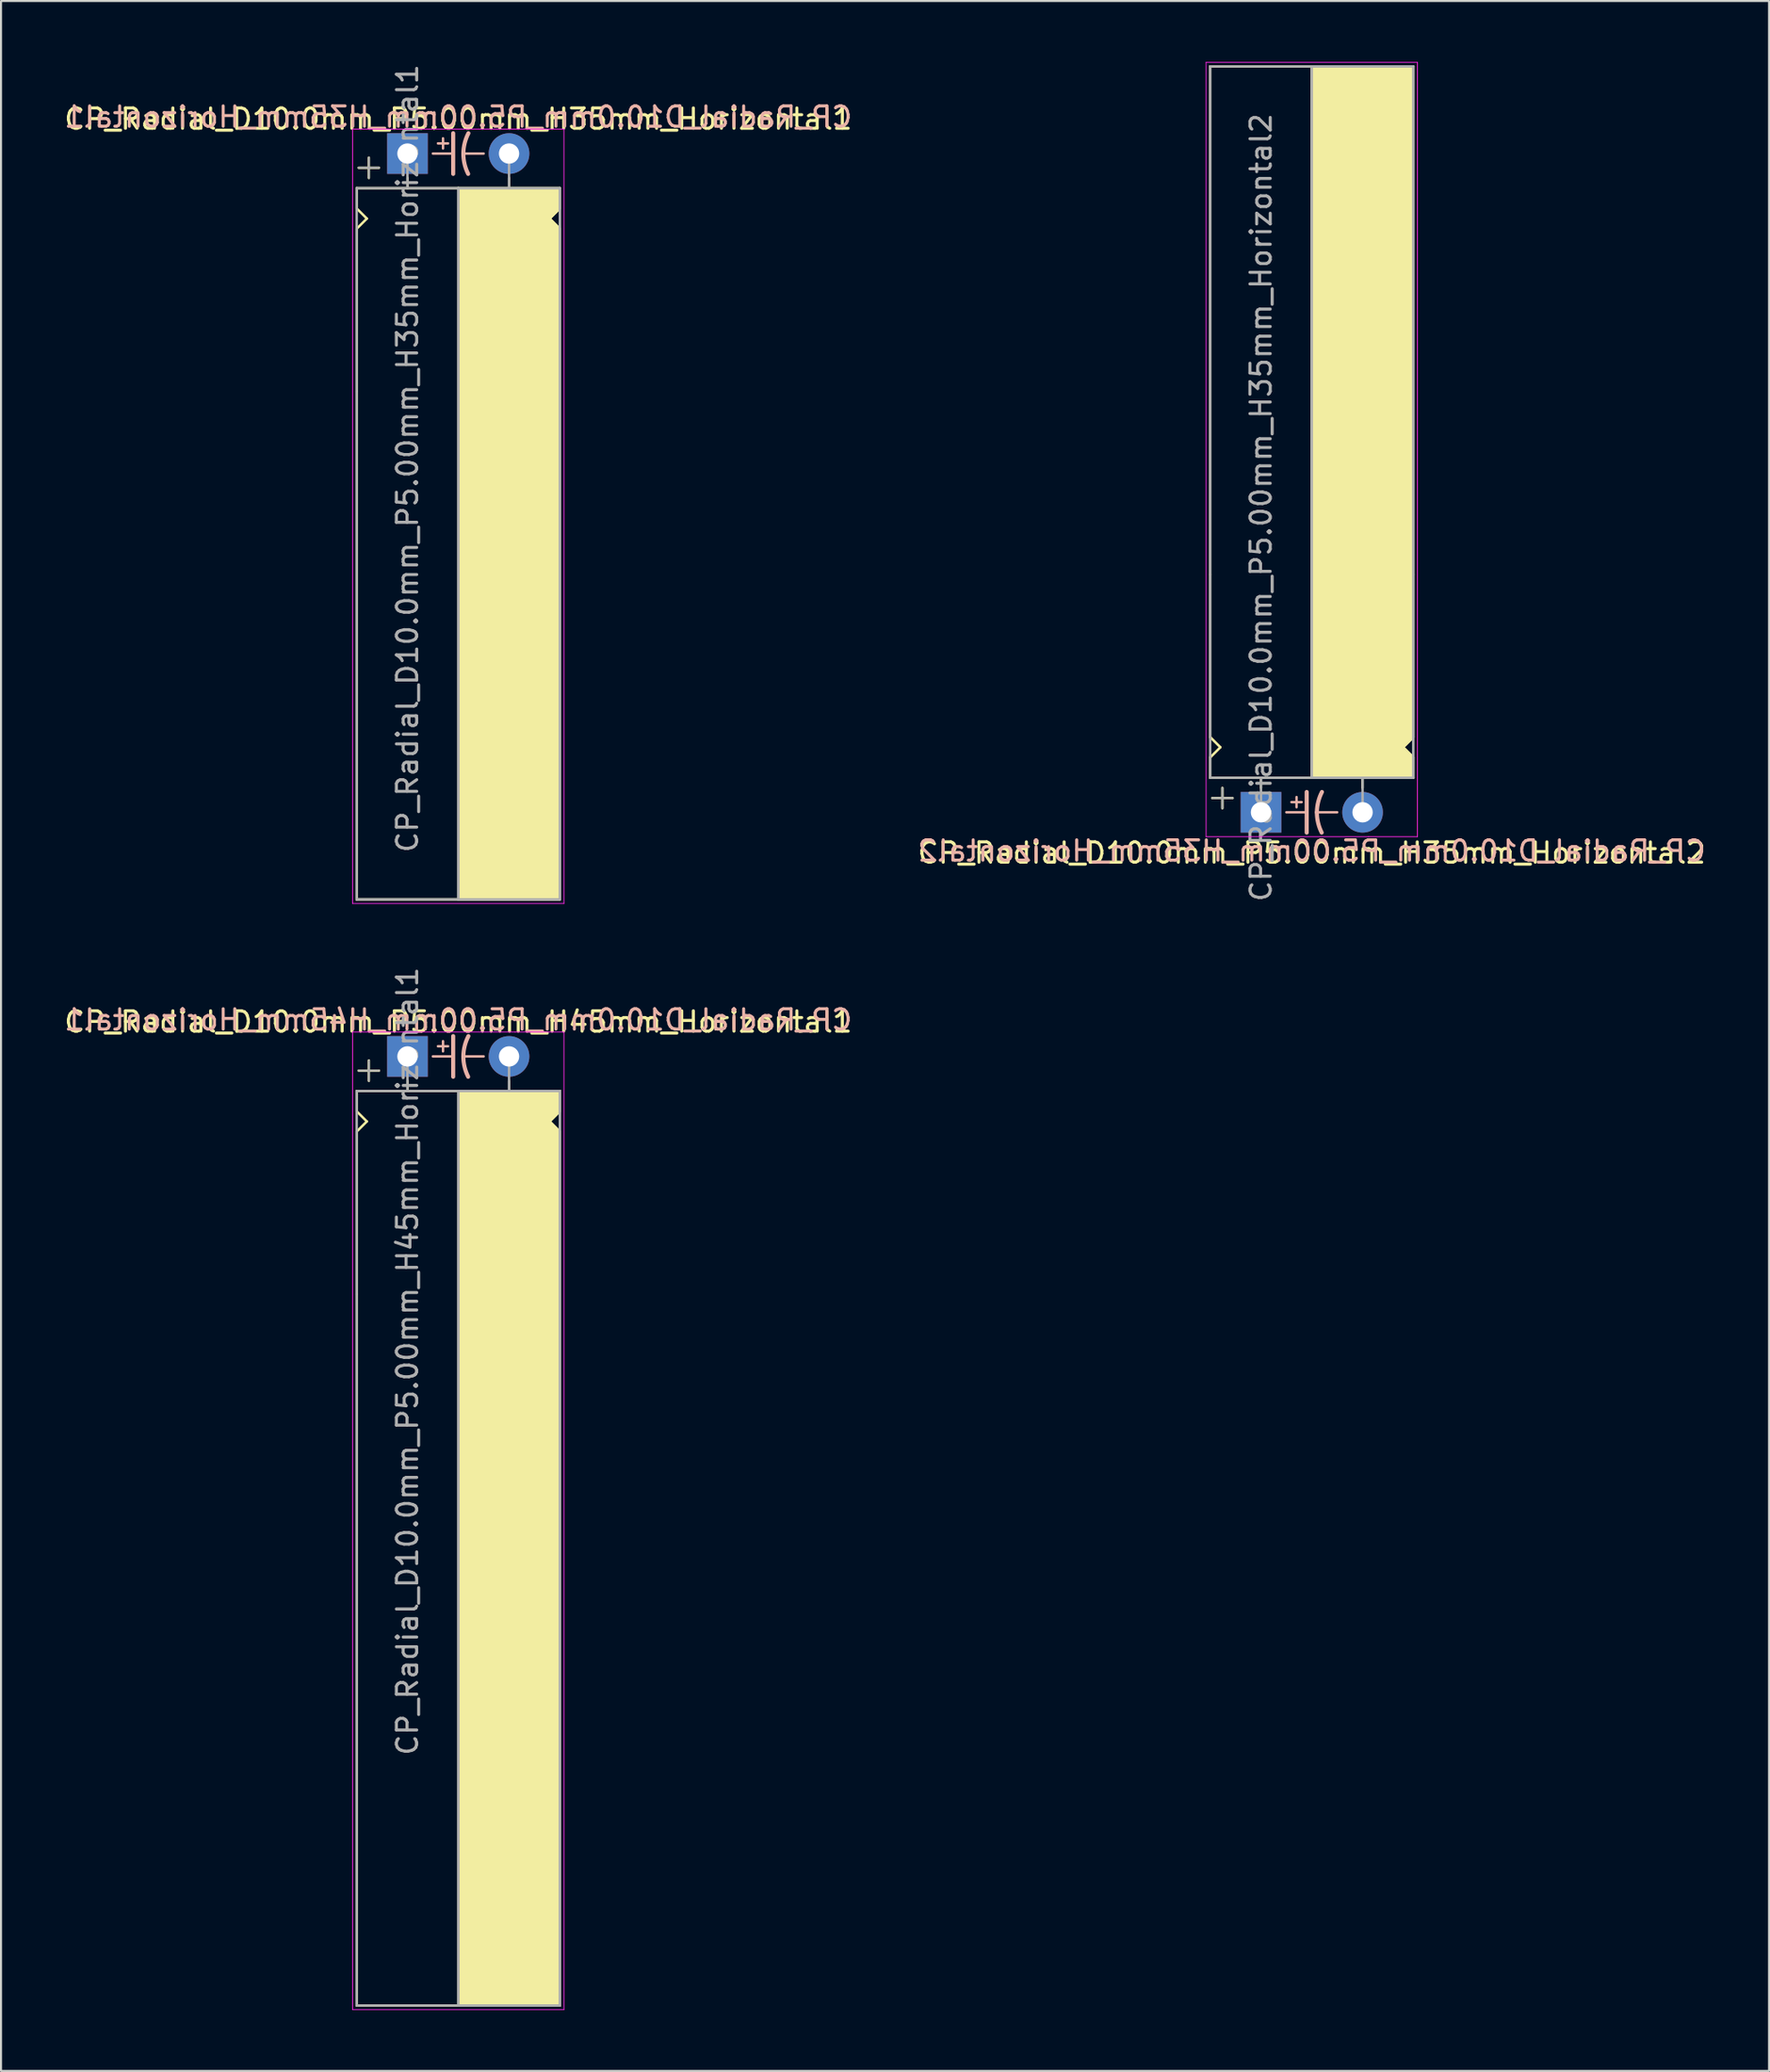
<source format=kicad_pcb>
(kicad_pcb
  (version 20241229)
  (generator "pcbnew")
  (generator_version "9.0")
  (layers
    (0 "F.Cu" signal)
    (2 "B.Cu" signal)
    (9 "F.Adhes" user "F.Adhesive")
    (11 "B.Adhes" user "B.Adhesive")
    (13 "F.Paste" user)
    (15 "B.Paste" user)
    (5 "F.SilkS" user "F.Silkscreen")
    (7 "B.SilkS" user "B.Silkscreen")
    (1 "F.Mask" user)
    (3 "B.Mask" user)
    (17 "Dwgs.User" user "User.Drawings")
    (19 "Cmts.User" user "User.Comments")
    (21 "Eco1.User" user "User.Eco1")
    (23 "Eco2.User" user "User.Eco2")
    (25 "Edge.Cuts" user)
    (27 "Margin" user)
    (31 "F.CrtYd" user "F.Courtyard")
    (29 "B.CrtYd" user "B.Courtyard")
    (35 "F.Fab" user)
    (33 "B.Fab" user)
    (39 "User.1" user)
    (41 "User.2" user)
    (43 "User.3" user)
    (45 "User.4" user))
  (footprint "CP_Radial_D10.0mm_P5.00mm_H35mm_Horizontal2"
    (layer "F.Cu")
    (at 59.018 36.92)
    (property "Reference" "CP_Radial_D10.0mm_P5.00mm_H35mm_Horizontal2" (at 2.5 2 0) (layer "F.SilkS") (effects (font (size 1 1) (thickness 0.15))))
    (fp_line (start -2.5 -36.7) (end 7.5 -36.7) (stroke (width 0.12) (type solid)) (layer "F.SilkS"))
    (fp_line (start -2.5 -11.7) (end -2.5 -36.7) (stroke (width 0.12) (type solid)) (layer "F.SilkS"))
    (fp_line (start -2.5 -3.7) (end -2.5 -11.7) (stroke (width 0.12) (type solid)) (layer "F.SilkS"))
    (fp_line (start -2.5 -2.7) (end -2 -3.2) (stroke (width 0.12) (type solid)) (layer "F.SilkS"))
    (fp_line (start -2.5 -1.7) (end -2.5 -2.7) (stroke (width 0.12) (type solid)) (layer "F.SilkS"))
    (fp_line (start -2 -3.2) (end -2.5 -3.7) (stroke (width 0.12) (type solid)) (layer "F.SilkS"))
    (fp_line (start -1.9 -1.2) (end -1.9 -0.2) (stroke (width 0.12) (type solid)) (layer "F.SilkS"))
    (fp_line (start -1.4 -0.7) (end -2.4 -0.7) (stroke (width 0.12) (type solid)) (layer "F.SilkS"))
    (fp_line (start 0 -1.7) (end 0 -1.2) (stroke (width 0.12) (type solid)) (layer "F.SilkS"))
    (fp_line (start 2.5 -36.7) (end 2.5 -1.7) (stroke (width 0.12) (type solid)) (layer "F.SilkS"))
    (fp_line (start 2.5 -1.7) (end -2.5 -1.7) (stroke (width 0.12) (type solid)) (layer "F.SilkS"))
    (fp_line (start 5 -1.7) (end 5 -1.2) (stroke (width 0.12) (type solid)) (layer "F.SilkS"))
    (fp_line (start 7 -3.2) (end 7.5 -3.7) (stroke (width 0.12) (type solid)) (layer "F.SilkS"))
    (fp_line (start 7.5 -11.7) (end 7.5 -36.7) (stroke (width 0.12) (type solid)) (layer "F.SilkS"))
    (fp_line (start 7.5 -3.7) (end 7.5 -11.7) (stroke (width 0.12) (type solid)) (layer "F.SilkS"))
    (fp_line (start 7.5 -2.7) (end 7 -3.2) (stroke (width 0.12) (type solid)) (layer "F.SilkS"))
    (fp_line (start 7.5 -1.7) (end 2.5 -1.7) (stroke (width 0.12) (type solid)) (layer "F.SilkS"))
    (fp_line (start 7.5 -1.7) (end 7.5 -2.7) (stroke (width 0.12) (type solid)) (layer "F.SilkS"))
    (fp_poly (pts (xy 7.5 -2.7) (xy 7 -3.2) (xy 7.5 -3.7) (xy 7.5 -36.7) (xy 2.5 -36.7) (xy 2.5 -1.7) (xy 7.5 -1.7)) (stroke (width 0.1) (type solid)) (fill yes) (layer "F.SilkS"))
    (fp_line (start 1.25 0) (end 2.25 0) (stroke (width 0.12) (type solid)) (layer "B.SilkS"))
    (fp_line (start 1.5 -0.5) (end 2 -0.5) (stroke (width 0.12) (type solid)) (layer "B.SilkS"))
    (fp_line (start 1.75 -0.75) (end 1.75 -0.25) (stroke (width 0.12) (type solid)) (layer "B.SilkS"))
    (fp_line (start 2.25 1) (end 2.25 -1) (stroke (width 0.2) (type solid)) (layer "B.SilkS"))
    (fp_line (start 3.75 0) (end 2.75 0) (stroke (width 0.12) (type solid)) (layer "B.SilkS"))
    (fp_arc (start 2.75 0) (mid 2.816707 -0.514573) (end 3 -1) (stroke (width 0.2) (type solid)) (layer "B.SilkS"))
    (fp_arc (start 2.987539 1) (mid 2.810248 0.513901) (end 2.75 0) (stroke (width 0.2) (type solid)) (layer "B.SilkS"))
    (fp_line (start -2.7 -36.9) (end -2.7 1.2) (stroke (width 0.04) (type solid)) (layer "F.CrtYd"))
    (fp_line (start -2.7 1.2) (end 5.3 1.2) (stroke (width 0.04) (type solid)) (layer "F.CrtYd"))
    (fp_line (start 5.3 1.2) (end 7.7 1.2) (stroke (width 0.04) (type solid)) (layer "F.CrtYd"))
    (fp_line (start 7.7 -36.9) (end -2.7 -36.9) (stroke (width 0.04) (type solid)) (layer "F.CrtYd"))
    (fp_line (start 7.7 1.2) (end 7.7 -36.9) (stroke (width 0.04) (type solid)) (layer "F.CrtYd"))
    (fp_line (start -2.5 -36.7) (end 7.5 -36.7) (stroke (width 0.12) (type solid)) (layer "F.Fab"))
    (fp_line (start -2.5 -1.7) (end -2.5 -36.7) (stroke (width 0.12) (type solid)) (layer "F.Fab"))
    (fp_line (start -2.4 -0.7) (end -1.4 -0.7) (stroke (width 0.1) (type solid)) (layer "F.Fab"))
    (fp_line (start -1.9 -0.2) (end -1.9 -1.2) (stroke (width 0.1) (type solid)) (layer "F.Fab"))
    (fp_line (start 0 -1.7) (end 0 0) (stroke (width 0.12) (type solid)) (layer "F.Fab"))
    (fp_line (start 2.5 -1.7) (end 2.5 -36.7) (stroke (width 0.12) (type solid)) (layer "F.Fab"))
    (fp_line (start 5 -1.7) (end 5 0) (stroke (width 0.12) (type solid)) (layer "F.Fab"))
    (fp_line (start 7.5 -36.7) (end 7.5 -1.7) (stroke (width 0.12) (type solid)) (layer "F.Fab"))
    (fp_line (start 7.5 -1.7) (end -2.5 -1.7) (stroke (width 0.12) (type solid)) (layer "F.Fab"))
    (fp_poly (pts (xy 7.5 -36.7) (xy 2.5 -36.7) (xy 2.5 -1.7) (xy 7.5 -1.7)) (stroke (width 0.1) (type solid)) (fill no) (layer "F.Fab"))
    (fp_text user "${REFERENCE}" (at 2.5 1.9 0) (layer "B.SilkS") (effects (font (size 1 1) (thickness 0.15)) (justify mirror)))
    (fp_text user "${REFERENCE}" (at 0 -15 90) (layer "F.Fab") (effects (font (size 1 1) (thickness 0.15))))
    (pad "1" thru_hole rect (at 0 0) (size 2 2) (drill 1) (layers "*.Cu" "*.Mask"))
    (pad "2" thru_hole circle (at 5 0) (size 2 2) (drill 1) (layers "*.Cu" "*.Mask")))
  (footprint "CP_Radial_D10.0mm_P5.00mm_H35mm_Horizontal1"
    (layer "F.Cu")
    (at 17.006 4.506)
    (property "Reference" "CP_Radial_D10.0mm_P5.00mm_H35mm_Horizontal1" (at 2.5 -1.7 0) (layer "F.SilkS") (effects (font (size 1 1) (thickness 0.15))))
    (fp_line (start -2.5 1.7) (end -2.5 2.7) (stroke (width 0.12) (type solid)) (layer "F.SilkS"))
    (fp_line (start -2.5 2.7) (end -2 3.2) (stroke (width 0.12) (type solid)) (layer "F.SilkS"))
    (fp_line (start -2.5 3.7) (end -2.5 11.7) (stroke (width 0.12) (type solid)) (layer "F.SilkS"))
    (fp_line (start -2.5 11.7) (end -2.5 36.7) (stroke (width 0.12) (type solid)) (layer "F.SilkS"))
    (fp_line (start -2.5 36.7) (end 7.5 36.7) (stroke (width 0.12) (type solid)) (layer "F.SilkS"))
    (fp_line (start -2 3.2) (end -2.5 3.7) (stroke (width 0.12) (type solid)) (layer "F.SilkS"))
    (fp_line (start -1.9 0.2) (end -1.9 1.2) (stroke (width 0.12) (type solid)) (layer "F.SilkS"))
    (fp_line (start -1.4 0.7) (end -2.4 0.7) (stroke (width 0.12) (type solid)) (layer "F.SilkS"))
    (fp_line (start 0 1.7) (end 0 1.2) (stroke (width 0.12) (type solid)) (layer "F.SilkS"))
    (fp_line (start 2.5 1.7) (end -2.5 1.7) (stroke (width 0.12) (type solid)) (layer "F.SilkS"))
    (fp_line (start 2.5 36.7) (end 2.5 1.7) (stroke (width 0.12) (type solid)) (layer "F.SilkS"))
    (fp_line (start 5 1.7) (end 5 1.2) (stroke (width 0.12) (type solid)) (layer "F.SilkS"))
    (fp_line (start 7 3.2) (end 7.5 3.7) (stroke (width 0.12) (type solid)) (layer "F.SilkS"))
    (fp_line (start 7.5 1.7) (end 2.5 1.7) (stroke (width 0.12) (type solid)) (layer "F.SilkS"))
    (fp_line (start 7.5 1.7) (end 7.5 2.7) (stroke (width 0.12) (type solid)) (layer "F.SilkS"))
    (fp_line (start 7.5 2.7) (end 7 3.2) (stroke (width 0.12) (type solid)) (layer "F.SilkS"))
    (fp_line (start 7.5 3.7) (end 7.5 11.7) (stroke (width 0.12) (type solid)) (layer "F.SilkS"))
    (fp_line (start 7.5 11.7) (end 7.5 36.7) (stroke (width 0.12) (type solid)) (layer "F.SilkS"))
    (fp_poly (pts (xy 7.5 2.7) (xy 7 3.2) (xy 7.5 3.7) (xy 7.5 36.7) (xy 2.5 36.7) (xy 2.5 1.7) (xy 7.5 1.7)) (stroke (width 0.1) (type solid)) (fill yes) (layer "F.SilkS"))
    (fp_line (start 1.25 0) (end 2.25 0) (stroke (width 0.12) (type solid)) (layer "B.SilkS"))
    (fp_line (start 1.5 -0.5) (end 2 -0.5) (stroke (width 0.12) (type solid)) (layer "B.SilkS"))
    (fp_line (start 1.75 -0.75) (end 1.75 -0.25) (stroke (width 0.12) (type solid)) (layer "B.SilkS"))
    (fp_line (start 2.25 1) (end 2.25 -1) (stroke (width 0.2) (type solid)) (layer "B.SilkS"))
    (fp_line (start 3.75 0) (end 2.75 0) (stroke (width 0.12) (type solid)) (layer "B.SilkS"))
    (fp_arc (start 2.75 0) (mid 2.816707 -0.514573) (end 3 -1) (stroke (width 0.2) (type solid)) (layer "B.SilkS"))
    (fp_arc (start 2.987539 1) (mid 2.810248 0.513901) (end 2.75 0) (stroke (width 0.2) (type solid)) (layer "B.SilkS"))
    (fp_line (start -2.7 -1.2) (end 5.3 -1.2) (stroke (width 0.04) (type solid)) (layer "F.CrtYd"))
    (fp_line (start -2.7 36.9) (end -2.7 -1.2) (stroke (width 0.04) (type solid)) (layer "F.CrtYd"))
    (fp_line (start 5.3 -1.2) (end 7.7 -1.2) (stroke (width 0.04) (type solid)) (layer "F.CrtYd"))
    (fp_line (start 7.7 -1.2) (end 7.7 36.9) (stroke (width 0.04) (type solid)) (layer "F.CrtYd"))
    (fp_line (start 7.7 36.9) (end -2.7 36.9) (stroke (width 0.04) (type solid)) (layer "F.CrtYd"))
    (fp_line (start -2.5 1.7) (end -2.5 36.7) (stroke (width 0.12) (type solid)) (layer "F.Fab"))
    (fp_line (start -2.5 36.7) (end 7.5 36.7) (stroke (width 0.12) (type solid)) (layer "F.Fab"))
    (fp_line (start -2.4 0.7) (end -1.4 0.7) (stroke (width 0.1) (type solid)) (layer "F.Fab"))
    (fp_line (start -1.9 1.2) (end -1.9 0.2) (stroke (width 0.1) (type solid)) (layer "F.Fab"))
    (fp_line (start 0 1.7) (end 0 0) (stroke (width 0.12) (type solid)) (layer "F.Fab"))
    (fp_line (start 2.5 1.7) (end 2.5 36.7) (stroke (width 0.12) (type solid)) (layer "F.Fab"))
    (fp_line (start 5 1.7) (end 5 0) (stroke (width 0.12) (type solid)) (layer "F.Fab"))
    (fp_line (start 7.5 1.7) (end -2.5 1.7) (stroke (width 0.12) (type solid)) (layer "F.Fab"))
    (fp_line (start 7.5 36.7) (end 7.5 1.7) (stroke (width 0.12) (type solid)) (layer "F.Fab"))
    (fp_poly (pts (xy 7.5 36.7) (xy 2.5 36.7) (xy 2.5 1.7) (xy 7.5 1.7)) (stroke (width 0.1) (type solid)) (fill no) (layer "F.Fab"))
    (fp_text user "${REFERENCE}" (at 2.5 -1.8 0) (layer "B.SilkS") (effects (font (size 1 1) (thickness 0.15)) (justify mirror)))
    (fp_text user "${REFERENCE}" (at 0 15 90) (layer "F.Fab") (effects (font (size 1 1) (thickness 0.15))))
    (pad "1" thru_hole rect (at 0 0) (size 2 2) (drill 1) (layers "*.Cu" "*.Mask"))
    (pad "2" thru_hole circle (at 5 0) (size 2 2) (drill 1) (layers "*.Cu" "*.Mask")))
  (footprint "CP_Radial_D10.0mm_P5.00mm_H45mm_Horizontal1"
    (layer "F.Cu")
    (at 17.006 48.932)
    (property "Reference" "CP_Radial_D10.0mm_P5.00mm_H45mm_Horizontal1" (at 2.5 -1.7 0) (layer "F.SilkS") (effects (font (size 1 1) (thickness 0.15))))
    (fp_line (start -2.5 1.7) (end -2.5 2.7) (stroke (width 0.12) (type solid)) (layer "F.SilkS"))
    (fp_line (start -2.5 2.7) (end -2 3.2) (stroke (width 0.12) (type solid)) (layer "F.SilkS"))
    (fp_line (start -2.5 3.7) (end -2.5 11.7) (stroke (width 0.12) (type solid)) (layer "F.SilkS"))
    (fp_line (start -2.5 11.7) (end -2.5 46.7) (stroke (width 0.12) (type solid)) (layer "F.SilkS"))
    (fp_line (start -2.5 46.7) (end 7.5 46.7) (stroke (width 0.12) (type solid)) (layer "F.SilkS"))
    (fp_line (start -2 3.2) (end -2.5 3.7) (stroke (width 0.12) (type solid)) (layer "F.SilkS"))
    (fp_line (start -1.9 0.2) (end -1.9 1.2) (stroke (width 0.12) (type solid)) (layer "F.SilkS"))
    (fp_line (start -1.4 0.7) (end -2.4 0.7) (stroke (width 0.12) (type solid)) (layer "F.SilkS"))
    (fp_line (start 0 1.7) (end 0 1.2) (stroke (width 0.12) (type solid)) (layer "F.SilkS"))
    (fp_line (start 2.5 1.7) (end -2.5 1.7) (stroke (width 0.12) (type solid)) (layer "F.SilkS"))
    (fp_line (start 2.5 46.7) (end 2.5 1.7) (stroke (width 0.12) (type solid)) (layer "F.SilkS"))
    (fp_line (start 5 1.7) (end 5 1.2) (stroke (width 0.12) (type solid)) (layer "F.SilkS"))
    (fp_line (start 7 3.2) (end 7.5 3.7) (stroke (width 0.12) (type solid)) (layer "F.SilkS"))
    (fp_line (start 7.5 1.7) (end 2.5 1.7) (stroke (width 0.12) (type solid)) (layer "F.SilkS"))
    (fp_line (start 7.5 1.7) (end 7.5 2.7) (stroke (width 0.12) (type solid)) (layer "F.SilkS"))
    (fp_line (start 7.5 2.7) (end 7 3.2) (stroke (width 0.12) (type solid)) (layer "F.SilkS"))
    (fp_line (start 7.5 3.7) (end 7.5 11.7) (stroke (width 0.12) (type solid)) (layer "F.SilkS"))
    (fp_line (start 7.5 11.7) (end 7.5 46.7) (stroke (width 0.12) (type solid)) (layer "F.SilkS"))
    (fp_poly (pts (xy 7.5 2.7) (xy 7 3.2) (xy 7.5 3.7) (xy 7.5 46.7) (xy 2.5 46.7) (xy 2.5 1.7) (xy 7.5 1.7)) (stroke (width 0.1) (type solid)) (fill yes) (layer "F.SilkS"))
    (fp_line (start 1.25 0) (end 2.25 0) (stroke (width 0.12) (type solid)) (layer "B.SilkS"))
    (fp_line (start 1.5 -0.5) (end 2 -0.5) (stroke (width 0.12) (type solid)) (layer "B.SilkS"))
    (fp_line (start 1.75 -0.75) (end 1.75 -0.25) (stroke (width 0.12) (type solid)) (layer "B.SilkS"))
    (fp_line (start 2.25 1) (end 2.25 -1) (stroke (width 0.2) (type solid)) (layer "B.SilkS"))
    (fp_line (start 3.75 0) (end 2.75 0) (stroke (width 0.12) (type solid)) (layer "B.SilkS"))
    (fp_arc (start 2.75 0) (mid 2.816707 -0.514573) (end 3 -1) (stroke (width 0.2) (type solid)) (layer "B.SilkS"))
    (fp_arc (start 2.987539 1) (mid 2.810248 0.513901) (end 2.75 0) (stroke (width 0.2) (type solid)) (layer "B.SilkS"))
    (fp_line (start -2.7 -1.2) (end 5.3 -1.2) (stroke (width 0.04) (type solid)) (layer "F.CrtYd"))
    (fp_line (start -2.7 46.9) (end -2.7 -1.2) (stroke (width 0.04) (type solid)) (layer "F.CrtYd"))
    (fp_line (start 5.3 -1.2) (end 7.7 -1.2) (stroke (width 0.04) (type solid)) (layer "F.CrtYd"))
    (fp_line (start 7.7 -1.2) (end 7.7 46.9) (stroke (width 0.04) (type solid)) (layer "F.CrtYd"))
    (fp_line (start 7.7 46.9) (end -2.7 46.9) (stroke (width 0.04) (type solid)) (layer "F.CrtYd"))
    (fp_line (start -2.5 1.7) (end -2.5 46.7) (stroke (width 0.12) (type solid)) (layer "F.Fab"))
    (fp_line (start -2.5 46.7) (end 7.5 46.7) (stroke (width 0.12) (type solid)) (layer "F.Fab"))
    (fp_line (start -2.4 0.7) (end -1.4 0.7) (stroke (width 0.1) (type solid)) (layer "F.Fab"))
    (fp_line (start -1.9 1.2) (end -1.9 0.2) (stroke (width 0.1) (type solid)) (layer "F.Fab"))
    (fp_line (start 0 1.7) (end 0 0) (stroke (width 0.12) (type solid)) (layer "F.Fab"))
    (fp_line (start 2.5 1.7) (end 2.5 46.7) (stroke (width 0.12) (type solid)) (layer "F.Fab"))
    (fp_line (start 5 1.7) (end 5 0) (stroke (width 0.12) (type solid)) (layer "F.Fab"))
    (fp_line (start 7.5 1.7) (end -2.5 1.7) (stroke (width 0.12) (type solid)) (layer "F.Fab"))
    (fp_line (start 7.5 46.7) (end 7.5 1.7) (stroke (width 0.12) (type solid)) (layer "F.Fab"))
    (fp_poly (pts (xy 7.5 46.7) (xy 2.5 46.7) (xy 2.5 1.7) (xy 7.5 1.7)) (stroke (width 0.1) (type solid)) (fill no) (layer "F.Fab"))
    (fp_text user "${REFERENCE}" (at 2.5 -1.8 0) (layer "B.SilkS") (effects (font (size 1 1) (thickness 0.15)) (justify mirror)))
    (fp_text user "${REFERENCE}" (at 0 15 90) (layer "F.Fab") (effects (font (size 1 1) (thickness 0.15))))
    (pad "1" thru_hole rect (at 0 0) (size 2 2) (drill 1) (layers "*.Cu" "*.Mask"))
    (pad "2" thru_hole circle (at 5 0) (size 2 2) (drill 1) (layers "*.Cu" "*.Mask")))
  (gr_rect
    (start -3 -3)
    (end 84.024 98.852)
    (stroke (width 0.1) (type default))
    (fill no)
    (layer "Edge.Cuts")))
</source>
